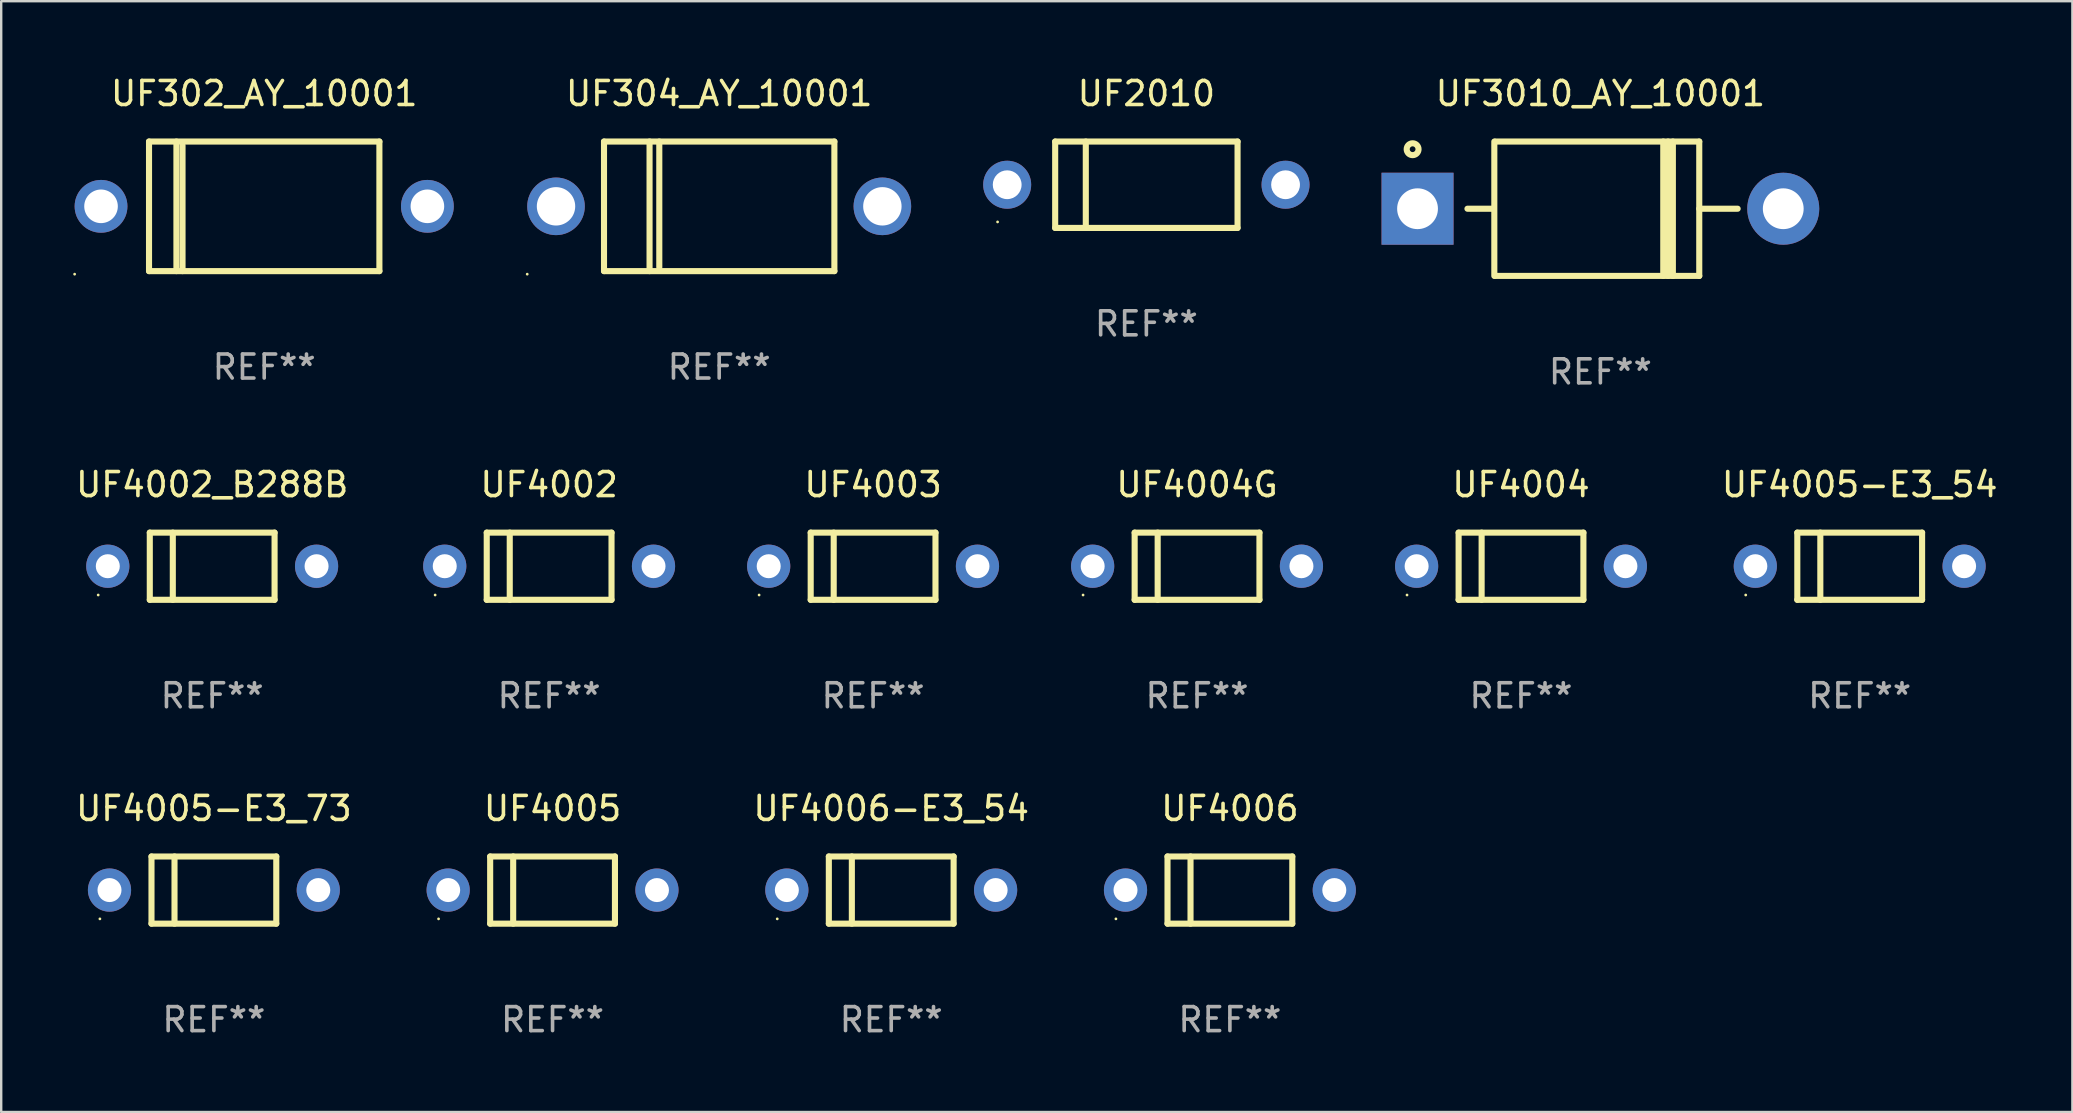
<source format=kicad_pcb>
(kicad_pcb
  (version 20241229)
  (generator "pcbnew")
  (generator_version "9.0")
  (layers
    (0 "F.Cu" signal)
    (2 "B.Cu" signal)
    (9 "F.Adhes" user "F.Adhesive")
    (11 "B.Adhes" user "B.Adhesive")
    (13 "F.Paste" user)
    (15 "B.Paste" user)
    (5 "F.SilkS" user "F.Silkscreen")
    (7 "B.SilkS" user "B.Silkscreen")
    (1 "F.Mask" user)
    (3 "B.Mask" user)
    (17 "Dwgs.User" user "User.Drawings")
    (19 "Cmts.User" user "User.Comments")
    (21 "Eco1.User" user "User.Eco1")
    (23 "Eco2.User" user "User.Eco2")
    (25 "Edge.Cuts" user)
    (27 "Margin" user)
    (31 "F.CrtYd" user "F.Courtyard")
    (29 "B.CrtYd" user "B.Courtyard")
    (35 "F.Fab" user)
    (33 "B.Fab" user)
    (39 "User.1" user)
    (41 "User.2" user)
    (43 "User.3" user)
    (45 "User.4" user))
  (footprint "UF302_AY_10001"
    (layer "F.Cu")
    (at 7.96 5.548)
    (property "Reference" "UF302_AY_10001" (at 0 -4.7 0) (layer "F.SilkS") (effects (font (size 1 1) (thickness 0.15))))
    (attr through_hole)
    (fp_line (start -4.8 -2.7) (end 4.8 -2.7) (stroke (width 0.254) (type solid)) (layer "F.SilkS"))
    (fp_line (start -4.8 2.7) (end -4.8 -2.7) (stroke (width 0.254) (type solid)) (layer "F.SilkS"))
    (fp_line (start -3.658 2.7) (end -3.658 -2.7) (stroke (width 0.254) (type solid)) (layer "F.SilkS"))
    (fp_line (start -3.404 2.7) (end -3.404 -2.54) (stroke (width 0.254) (type solid)) (layer "F.SilkS"))
    (fp_line (start 4.8 2.7) (end -4.8 2.7) (stroke (width 0.254) (type solid)) (layer "F.SilkS"))
    (fp_line (start 4.8 2.7) (end 4.8 -2.7) (stroke (width 0.254) (type solid)) (layer "F.SilkS"))
    (fp_circle (center -7.9 2.827) (end -7.87 2.827) (stroke (width 0.06) (type solid)) (fill no) (layer "F.SilkS"))
    (fp_text user "REF**" (at 0 6.7 0) (layer "F.Fab") (effects (font (size 1 1) (thickness 0.15))))
    (pad "1" thru_hole circle (at -6.8 0) (size 2.2 2.2) (drill 1.4) (layers "*.Cu" "*.Mask"))
    (pad "2" thru_hole circle (at 6.8 0) (size 2.2 2.2) (drill 1.4) (layers "*.Cu" "*.Mask")))
  (footprint "UF4005-E3_54"
    (layer "F.Cu")
    (at 74.447 20.545)
    (property "Reference" "UF4005-E3_54" (at 0 -3.4 0) (layer "F.SilkS") (effects (font (size 1 1) (thickness 0.15))))
    (attr through_hole)
    (fp_line (start -2.6 -1.4) (end -2.6 1.4) (stroke (width 0.254) (type solid)) (layer "F.SilkS"))
    (fp_line (start -2.6 -1.4) (end 2.6 -1.4) (stroke (width 0.254) (type solid)) (layer "F.SilkS"))
    (fp_line (start -2.6 1.4) (end 2.6 1.4) (stroke (width 0.254) (type solid)) (layer "F.SilkS"))
    (fp_line (start -1.641 -1.4) (end -1.641 1.4) (stroke (width 0.254) (type solid)) (layer "F.SilkS"))
    (fp_line (start 2.6 -1.4) (end 2.6 1.4) (stroke (width 0.254) (type solid)) (layer "F.SilkS"))
    (fp_circle (center -4.75 1.2) (end -4.72 1.2) (stroke (width 0.06) (type solid)) (fill no) (layer "F.SilkS"))
    (fp_text user "REF**" (at 0 5.4 0) (layer "F.Fab") (effects (font (size 1 1) (thickness 0.15))))
    (pad "1" thru_hole circle (at -4.35 0) (size 1.8 1.8) (drill 1) (layers "*.Cu" "*.Mask"))
    (pad "2" thru_hole circle (at 4.35 0) (size 1.8 1.8) (drill 1) (layers "*.Cu" "*.Mask")))
  (footprint "UF4004G"
    (layer "F.Cu")
    (at 46.833 20.545)
    (property "Reference" "UF4004G" (at 0 -3.4 0) (layer "F.SilkS") (effects (font (size 1 1) (thickness 0.15))))
    (attr through_hole)
    (fp_line (start -2.6 -1.4) (end -2.6 1.4) (stroke (width 0.254) (type solid)) (layer "F.SilkS"))
    (fp_line (start -2.6 -1.4) (end 2.6 -1.4) (stroke (width 0.254) (type solid)) (layer "F.SilkS"))
    (fp_line (start -2.6 1.4) (end 2.6 1.4) (stroke (width 0.254) (type solid)) (layer "F.SilkS"))
    (fp_line (start -1.641 -1.4) (end -1.641 1.4) (stroke (width 0.254) (type solid)) (layer "F.SilkS"))
    (fp_line (start 2.6 -1.4) (end 2.6 1.4) (stroke (width 0.254) (type solid)) (layer "F.SilkS"))
    (fp_circle (center -4.75 1.2) (end -4.72 1.2) (stroke (width 0.06) (type solid)) (fill no) (layer "F.SilkS"))
    (fp_text user "REF**" (at 0 5.4 0) (layer "F.Fab") (effects (font (size 1 1) (thickness 0.15))))
    (pad "1" thru_hole circle (at -4.35 0) (size 1.8 1.8) (drill 1) (layers "*.Cu" "*.Mask"))
    (pad "2" thru_hole circle (at 4.35 0) (size 1.8 1.8) (drill 1) (layers "*.Cu" "*.Mask")))
  (footprint "UF4003"
    (layer "F.Cu")
    (at 33.333 20.545)
    (property "Reference" "UF4003" (at 0 -3.4 0) (layer "F.SilkS") (effects (font (size 1 1) (thickness 0.15))))
    (attr through_hole)
    (fp_line (start -2.6 -1.4) (end -2.6 1.4) (stroke (width 0.254) (type solid)) (layer "F.SilkS"))
    (fp_line (start -2.6 -1.4) (end 2.6 -1.4) (stroke (width 0.254) (type solid)) (layer "F.SilkS"))
    (fp_line (start -2.6 1.4) (end 2.6 1.4) (stroke (width 0.254) (type solid)) (layer "F.SilkS"))
    (fp_line (start -1.641 -1.4) (end -1.641 1.4) (stroke (width 0.254) (type solid)) (layer "F.SilkS"))
    (fp_line (start 2.6 -1.4) (end 2.6 1.4) (stroke (width 0.254) (type solid)) (layer "F.SilkS"))
    (fp_circle (center -4.75 1.2) (end -4.72 1.2) (stroke (width 0.06) (type solid)) (fill no) (layer "F.SilkS"))
    (fp_text user "REF**" (at 0 5.4 0) (layer "F.Fab") (effects (font (size 1 1) (thickness 0.15))))
    (pad "1" thru_hole circle (at -4.35 0) (size 1.8 1.8) (drill 1) (layers "*.Cu" "*.Mask"))
    (pad "2" thru_hole circle (at 4.35 0) (size 1.8 1.8) (drill 1) (layers "*.Cu" "*.Mask")))
  (footprint "UF4006"
    (layer "F.Cu")
    (at 48.202 34.041)
    (property "Reference" "UF4006" (at 0 -3.4 0) (layer "F.SilkS") (effects (font (size 1 1) (thickness 0.15))))
    (attr through_hole)
    (fp_line (start -2.6 -1.4) (end -2.6 1.4) (stroke (width 0.254) (type solid)) (layer "F.SilkS"))
    (fp_line (start -2.6 -1.4) (end 2.6 -1.4) (stroke (width 0.254) (type solid)) (layer "F.SilkS"))
    (fp_line (start -2.6 1.4) (end 2.6 1.4) (stroke (width 0.254) (type solid)) (layer "F.SilkS"))
    (fp_line (start -1.641 -1.4) (end -1.641 1.4) (stroke (width 0.254) (type solid)) (layer "F.SilkS"))
    (fp_line (start 2.6 -1.4) (end 2.6 1.4) (stroke (width 0.254) (type solid)) (layer "F.SilkS"))
    (fp_circle (center -4.75 1.2) (end -4.72 1.2) (stroke (width 0.06) (type solid)) (fill no) (layer "F.SilkS"))
    (fp_text user "REF**" (at 0 5.4 0) (layer "F.Fab") (effects (font (size 1 1) (thickness 0.15))))
    (pad "1" thru_hole circle (at -4.35 0) (size 1.8 1.8) (drill 1) (layers "*.Cu" "*.Mask"))
    (pad "2" thru_hole circle (at 4.35 0) (size 1.8 1.8) (drill 1) (layers "*.Cu" "*.Mask")))
  (footprint "UF3010_AY_10001"
    (layer "F.Cu")
    (at 63.641 5.648)
    (property "Reference" "UF3010_AY_10001" (at 0 -4.8 0) (layer "F.SilkS") (effects (font (size 1 1) (thickness 0.15))))
    (attr through_hole)
    (fp_line (start -5.54 0) (end -4.44 0) (stroke (width 0.254) (type solid)) (layer "F.SilkS"))
    (fp_line (start -4.42 2.8) (end -4.42 -2.8) (stroke (width 0.254) (type solid)) (layer "F.SilkS"))
    (fp_line (start -4.38 -2.8) (end 4.12 -2.8) (stroke (width 0.254) (type solid)) (layer "F.SilkS"))
    (fp_line (start 2.62 -2.8) (end 2.62 2.8) (stroke (width 0.254) (type solid)) (layer "F.SilkS"))
    (fp_line (start 2.82 -2.8) (end 2.82 2.8) (stroke (width 0.254) (type solid)) (layer "F.SilkS"))
    (fp_line (start 3.02 -2.8) (end 3.02 2.8) (stroke (width 0.254) (type solid)) (layer "F.SilkS"))
    (fp_line (start 4.12 -2.8) (end 4.12 2.8) (stroke (width 0.254) (type solid)) (layer "F.SilkS"))
    (fp_line (start 4.12 0) (end 5.72 0) (stroke (width 0.254) (type solid)) (layer "F.SilkS"))
    (fp_line (start 4.12 2.8) (end -4.38 2.8) (stroke (width 0.254) (type solid)) (layer "F.SilkS"))
    (fp_circle (center -7.825 -2.48) (end -7.705 -2.48) (stroke (width 0.254) (type solid)) (fill no) (layer "F.SilkS"))
    (fp_text user "REF**" (at 0 6.8 0) (layer "F.Fab") (effects (font (size 1 1) (thickness 0.15))))
    (pad "1" thru_hole rect (at -7.62 0 180) (size 3 3) (drill 1.7) (layers "*.Cu" "*.Mask"))
    (pad "2" thru_hole circle (at 7.62 0) (size 3 3) (drill 1.7) (layers "*.Cu" "*.Mask")))
  (footprint "UF4002_B288B"
    (layer "F.Cu")
    (at 5.792 20.545)
    (property "Reference" "UF4002_B288B" (at 0 -3.4 0) (layer "F.SilkS") (effects (font (size 1 1) (thickness 0.15))))
    (attr through_hole)
    (fp_line (start -2.6 -1.4) (end -2.6 1.4) (stroke (width 0.254) (type solid)) (layer "F.SilkS"))
    (fp_line (start -2.6 -1.4) (end 2.6 -1.4) (stroke (width 0.254) (type solid)) (layer "F.SilkS"))
    (fp_line (start -2.6 1.4) (end 2.6 1.4) (stroke (width 0.254) (type solid)) (layer "F.SilkS"))
    (fp_line (start -1.641 -1.4) (end -1.641 1.4) (stroke (width 0.254) (type solid)) (layer "F.SilkS"))
    (fp_line (start 2.6 -1.4) (end 2.6 1.4) (stroke (width 0.254) (type solid)) (layer "F.SilkS"))
    (fp_circle (center -4.75 1.2) (end -4.72 1.2) (stroke (width 0.06) (type solid)) (fill no) (layer "F.SilkS"))
    (fp_text user "REF**" (at 0 5.4 0) (layer "F.Fab") (effects (font (size 1 1) (thickness 0.15))))
    (pad "1" thru_hole circle (at -4.35 0) (size 1.8 1.8) (drill 1) (layers "*.Cu" "*.Mask"))
    (pad "2" thru_hole circle (at 4.35 0) (size 1.8 1.8) (drill 1) (layers "*.Cu" "*.Mask")))
  (footprint "UF4002"
    (layer "F.Cu")
    (at 19.833 20.545)
    (property "Reference" "UF4002" (at 0 -3.4 0) (layer "F.SilkS") (effects (font (size 1 1) (thickness 0.15))))
    (attr through_hole)
    (fp_line (start -2.6 -1.4) (end -2.6 1.4) (stroke (width 0.254) (type solid)) (layer "F.SilkS"))
    (fp_line (start -2.6 -1.4) (end 2.6 -1.4) (stroke (width 0.254) (type solid)) (layer "F.SilkS"))
    (fp_line (start -2.6 1.4) (end 2.6 1.4) (stroke (width 0.254) (type solid)) (layer "F.SilkS"))
    (fp_line (start -1.641 -1.4) (end -1.641 1.4) (stroke (width 0.254) (type solid)) (layer "F.SilkS"))
    (fp_line (start 2.6 -1.4) (end 2.6 1.4) (stroke (width 0.254) (type solid)) (layer "F.SilkS"))
    (fp_circle (center -4.75 1.2) (end -4.72 1.2) (stroke (width 0.06) (type solid)) (fill no) (layer "F.SilkS"))
    (fp_text user "REF**" (at 0 5.4 0) (layer "F.Fab") (effects (font (size 1 1) (thickness 0.15))))
    (pad "1" thru_hole circle (at -4.35 0) (size 1.8 1.8) (drill 1) (layers "*.Cu" "*.Mask"))
    (pad "2" thru_hole circle (at 4.35 0) (size 1.8 1.8) (drill 1) (layers "*.Cu" "*.Mask")))
  (footprint "UF4005"
    (layer "F.Cu")
    (at 19.976 34.041)
    (property "Reference" "UF4005" (at 0 -3.4 0) (layer "F.SilkS") (effects (font (size 1 1) (thickness 0.15))))
    (attr through_hole)
    (fp_line (start -2.6 -1.4) (end -2.6 1.4) (stroke (width 0.254) (type solid)) (layer "F.SilkS"))
    (fp_line (start -2.6 -1.4) (end 2.6 -1.4) (stroke (width 0.254) (type solid)) (layer "F.SilkS"))
    (fp_line (start -2.6 1.4) (end 2.6 1.4) (stroke (width 0.254) (type solid)) (layer "F.SilkS"))
    (fp_line (start -1.641 -1.4) (end -1.641 1.4) (stroke (width 0.254) (type solid)) (layer "F.SilkS"))
    (fp_line (start 2.6 -1.4) (end 2.6 1.4) (stroke (width 0.254) (type solid)) (layer "F.SilkS"))
    (fp_circle (center -4.75 1.2) (end -4.72 1.2) (stroke (width 0.06) (type solid)) (fill no) (layer "F.SilkS"))
    (fp_text user "REF**" (at 0 5.4 0) (layer "F.Fab") (effects (font (size 1 1) (thickness 0.15))))
    (pad "1" thru_hole circle (at -4.35 0) (size 1.8 1.8) (drill 1) (layers "*.Cu" "*.Mask"))
    (pad "2" thru_hole circle (at 4.35 0) (size 1.8 1.8) (drill 1) (layers "*.Cu" "*.Mask")))
  (footprint "UF2010"
    (layer "F.Cu")
    (at 44.721 4.648)
    (property "Reference" "UF2010" (at 0 -3.8 0) (layer "F.SilkS") (effects (font (size 1 1) (thickness 0.15))))
    (attr through_hole)
    (fp_line (start -3.8 -1.8) (end -3.8 1.8) (stroke (width 0.254) (type solid)) (layer "F.SilkS"))
    (fp_line (start -3.8 -1.8) (end 3.8 -1.8) (stroke (width 0.254) (type solid)) (layer "F.SilkS"))
    (fp_line (start -3.8 1.8) (end 3.8 1.8) (stroke (width 0.254) (type solid)) (layer "F.SilkS"))
    (fp_line (start -2.524 -1.8) (end -2.524 1.8) (stroke (width 0.254) (type solid)) (layer "F.SilkS"))
    (fp_line (start 3.8 -1.8) (end 3.8 1.8) (stroke (width 0.254) (type solid)) (layer "F.SilkS"))
    (fp_circle (center -6.2 1.55) (end -6.17 1.55) (stroke (width 0.06) (type solid)) (fill no) (layer "F.SilkS"))
    (fp_text user "REF**" (at 0 5.8 0) (layer "F.Fab") (effects (font (size 1 1) (thickness 0.15))))
    (pad "1" thru_hole circle (at -5.8 0) (size 2 2) (drill 1.2) (layers "*.Cu" "*.Mask"))
    (pad "2" thru_hole circle (at 5.8 0) (size 2 2) (drill 1.2) (layers "*.Cu" "*.Mask")))
  (footprint "UF4004"
    (layer "F.Cu")
    (at 60.333 20.545)
    (property "Reference" "UF4004" (at 0 -3.4 0) (layer "F.SilkS") (effects (font (size 1 1) (thickness 0.15))))
    (attr through_hole)
    (fp_line (start -2.6 -1.4) (end -2.6 1.4) (stroke (width 0.254) (type solid)) (layer "F.SilkS"))
    (fp_line (start -2.6 -1.4) (end 2.6 -1.4) (stroke (width 0.254) (type solid)) (layer "F.SilkS"))
    (fp_line (start -2.6 1.4) (end 2.6 1.4) (stroke (width 0.254) (type solid)) (layer "F.SilkS"))
    (fp_line (start -1.641 -1.4) (end -1.641 1.4) (stroke (width 0.254) (type solid)) (layer "F.SilkS"))
    (fp_line (start 2.6 -1.4) (end 2.6 1.4) (stroke (width 0.254) (type solid)) (layer "F.SilkS"))
    (fp_circle (center -4.75 1.2) (end -4.72 1.2) (stroke (width 0.06) (type solid)) (fill no) (layer "F.SilkS"))
    (fp_text user "REF**" (at 0 5.4 0) (layer "F.Fab") (effects (font (size 1 1) (thickness 0.15))))
    (pad "1" thru_hole circle (at -4.35 0) (size 1.8 1.8) (drill 1) (layers "*.Cu" "*.Mask"))
    (pad "2" thru_hole circle (at 4.35 0) (size 1.8 1.8) (drill 1) (layers "*.Cu" "*.Mask")))
  (footprint "UF4006-E3_54"
    (layer "F.Cu")
    (at 34.089 34.041)
    (property "Reference" "UF4006-E3_54" (at 0 -3.4 0) (layer "F.SilkS") (effects (font (size 1 1) (thickness 0.15))))
    (attr through_hole)
    (fp_line (start -2.6 -1.4) (end -2.6 1.4) (stroke (width 0.254) (type solid)) (layer "F.SilkS"))
    (fp_line (start -2.6 -1.4) (end 2.6 -1.4) (stroke (width 0.254) (type solid)) (layer "F.SilkS"))
    (fp_line (start -2.6 1.4) (end 2.6 1.4) (stroke (width 0.254) (type solid)) (layer "F.SilkS"))
    (fp_line (start -1.641 -1.4) (end -1.641 1.4) (stroke (width 0.254) (type solid)) (layer "F.SilkS"))
    (fp_line (start 2.6 -1.4) (end 2.6 1.4) (stroke (width 0.254) (type solid)) (layer "F.SilkS"))
    (fp_circle (center -4.75 1.2) (end -4.72 1.2) (stroke (width 0.06) (type solid)) (fill no) (layer "F.SilkS"))
    (fp_text user "REF**" (at 0 5.4 0) (layer "F.Fab") (effects (font (size 1 1) (thickness 0.15))))
    (pad "1" thru_hole circle (at -4.35 0) (size 1.8 1.8) (drill 1) (layers "*.Cu" "*.Mask"))
    (pad "2" thru_hole circle (at 4.35 0) (size 1.8 1.8) (drill 1) (layers "*.Cu" "*.Mask")))
  (footprint "UF304_AY_10001"
    (layer "F.Cu")
    (at 26.92 5.548)
    (property "Reference" "UF304_AY_10001" (at 0 -4.7 0) (layer "F.SilkS") (effects (font (size 1 1) (thickness 0.15))))
    (attr through_hole)
    (fp_line (start -4.8 -2.7) (end -4.8 2.7) (stroke (width 0.254) (type solid)) (layer "F.SilkS"))
    (fp_line (start -4.8 -2.7) (end 4.8 -2.7) (stroke (width 0.254) (type solid)) (layer "F.SilkS"))
    (fp_line (start -2.902 -2.7) (end -2.902 2.7) (stroke (width 0.254) (type solid)) (layer "F.SilkS"))
    (fp_line (start -2.496 -2.7) (end -2.496 2.54) (stroke (width 0.254) (type solid)) (layer "F.SilkS"))
    (fp_line (start 4.8 -2.7) (end 4.8 2.7) (stroke (width 0.254) (type solid)) (layer "F.SilkS"))
    (fp_line (start 4.8 2.7) (end -4.8 2.7) (stroke (width 0.254) (type solid)) (layer "F.SilkS"))
    (fp_circle (center -8 2.827) (end -7.97 2.827) (stroke (width 0.06) (type solid)) (fill no) (layer "F.SilkS"))
    (fp_text user "REF**" (at 0 6.7 0) (layer "F.Fab") (effects (font (size 1 1) (thickness 0.15))))
    (pad "1" thru_hole circle (at -6.8 0) (size 2.4 2.4) (drill 1.6) (layers "*.Cu" "*.Mask"))
    (pad "2" thru_hole circle (at 6.8 0) (size 2.4 2.4) (drill 1.6) (layers "*.Cu" "*.Mask")))
  (footprint "UF4005-E3_73"
    (layer "F.Cu")
    (at 5.863 34.041)
    (property "Reference" "UF4005-E3_73" (at 0 -3.4 0) (layer "F.SilkS") (effects (font (size 1 1) (thickness 0.15))))
    (attr through_hole)
    (fp_line (start -2.6 -1.4) (end -2.6 1.4) (stroke (width 0.254) (type solid)) (layer "F.SilkS"))
    (fp_line (start -2.6 -1.4) (end 2.6 -1.4) (stroke (width 0.254) (type solid)) (layer "F.SilkS"))
    (fp_line (start -2.6 1.4) (end 2.6 1.4) (stroke (width 0.254) (type solid)) (layer "F.SilkS"))
    (fp_line (start -1.641 -1.4) (end -1.641 1.4) (stroke (width 0.254) (type solid)) (layer "F.SilkS"))
    (fp_line (start 2.6 -1.4) (end 2.6 1.4) (stroke (width 0.254) (type solid)) (layer "F.SilkS"))
    (fp_circle (center -4.75 1.2) (end -4.72 1.2) (stroke (width 0.06) (type solid)) (fill no) (layer "F.SilkS"))
    (fp_text user "REF**" (at 0 5.4 0) (layer "F.Fab") (effects (font (size 1 1) (thickness 0.15))))
    (pad "1" thru_hole circle (at -4.35 0) (size 1.8 1.8) (drill 1) (layers "*.Cu" "*.Mask"))
    (pad "2" thru_hole circle (at 4.35 0) (size 1.8 1.8) (drill 1) (layers "*.Cu" "*.Mask")))
  (gr_rect
    (start -3 -3)
    (end 83.31 43.289)
    (stroke (width 0.1) (type default))
    (fill no)
    (layer "Edge.Cuts")))
</source>
